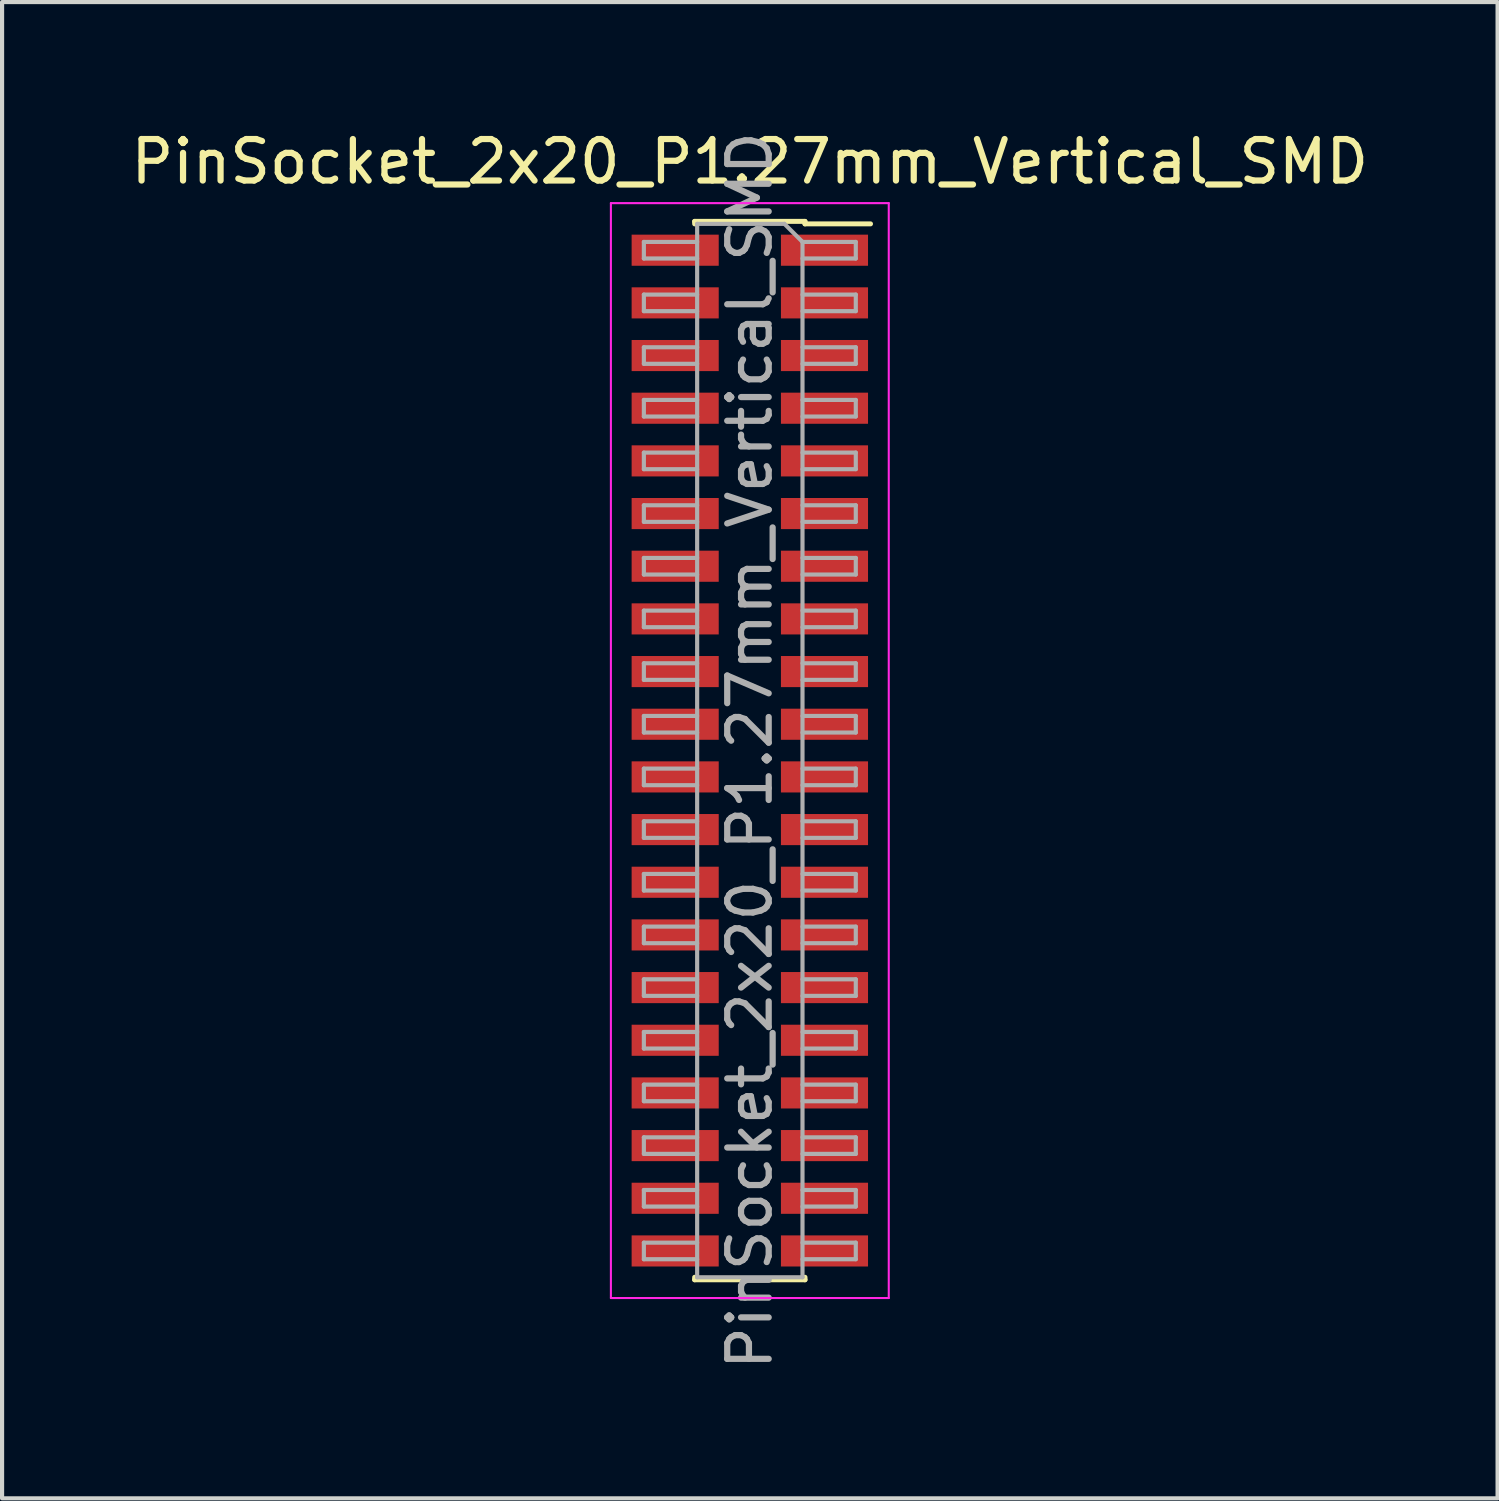
<source format=kicad_pcb>
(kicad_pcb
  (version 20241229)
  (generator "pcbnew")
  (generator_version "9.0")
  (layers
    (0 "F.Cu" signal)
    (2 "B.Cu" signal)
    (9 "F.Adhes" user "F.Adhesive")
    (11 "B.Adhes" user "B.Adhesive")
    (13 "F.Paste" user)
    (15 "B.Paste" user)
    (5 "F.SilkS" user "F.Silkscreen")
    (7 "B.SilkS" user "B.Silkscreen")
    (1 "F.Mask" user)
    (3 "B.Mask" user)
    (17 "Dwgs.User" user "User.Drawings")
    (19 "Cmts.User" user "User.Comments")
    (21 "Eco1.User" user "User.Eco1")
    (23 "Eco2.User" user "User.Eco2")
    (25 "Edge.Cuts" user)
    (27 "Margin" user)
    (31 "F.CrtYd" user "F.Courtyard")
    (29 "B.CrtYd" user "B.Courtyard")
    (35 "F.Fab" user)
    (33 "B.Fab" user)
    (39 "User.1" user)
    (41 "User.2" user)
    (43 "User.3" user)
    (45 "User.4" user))
  (footprint "PinSocket_2x20_P1.27mm_Vertical_SMD"
    (layer "F.Cu")
    (at 15.03 15.048)
    (property "Reference" "PinSocket_2x20_P1.27mm_Vertical_SMD" (at 0 -14.2 0) (layer "F.SilkS") (effects (font (size 1 1) (thickness 0.15))))
    (attr smd)
    (fp_line (start -1.33 -12.76) (end 1.33 -12.76) (stroke (width 0.12) (type solid)) (layer "F.SilkS"))
    (fp_line (start -1.33 -12.7) (end -1.33 -12.76) (stroke (width 0.12) (type solid)) (layer "F.SilkS"))
    (fp_line (start -1.33 12.76) (end -1.33 12.7) (stroke (width 0.12) (type solid)) (layer "F.SilkS"))
    (fp_line (start 1.33 -12.76) (end 1.33 -12.7) (stroke (width 0.12) (type solid)) (layer "F.SilkS"))
    (fp_line (start 1.33 -12.7) (end 2.91 -12.7) (stroke (width 0.12) (type solid)) (layer "F.SilkS"))
    (fp_line (start 1.33 12.7) (end 1.33 12.76) (stroke (width 0.12) (type solid)) (layer "F.SilkS"))
    (fp_line (start 1.33 12.76) (end -1.33 12.76) (stroke (width 0.12) (type solid)) (layer "F.SilkS"))
    (fp_line (start -3.35 -13.2) (end 3.35 -13.2) (stroke (width 0.05) (type solid)) (layer "F.CrtYd"))
    (fp_line (start -3.35 13.2) (end -3.35 -13.2) (stroke (width 0.05) (type solid)) (layer "F.CrtYd"))
    (fp_line (start 3.35 -13.2) (end 3.35 13.2) (stroke (width 0.05) (type solid)) (layer "F.CrtYd"))
    (fp_line (start 3.35 13.2) (end -3.35 13.2) (stroke (width 0.05) (type solid)) (layer "F.CrtYd"))
    (fp_line (start -2.555 -12.265) (end -1.27 -12.265) (stroke (width 0.1) (type solid)) (layer "F.Fab"))
    (fp_line (start -2.555 -11.865) (end -2.555 -12.265) (stroke (width 0.1) (type solid)) (layer "F.Fab"))
    (fp_line (start -2.555 -10.995) (end -1.27 -10.995) (stroke (width 0.1) (type solid)) (layer "F.Fab"))
    (fp_line (start -2.555 -10.595) (end -2.555 -10.995) (stroke (width 0.1) (type solid)) (layer "F.Fab"))
    (fp_line (start -2.555 -9.725) (end -1.27 -9.725) (stroke (width 0.1) (type solid)) (layer "F.Fab"))
    (fp_line (start -2.555 -9.325) (end -2.555 -9.725) (stroke (width 0.1) (type solid)) (layer "F.Fab"))
    (fp_line (start -2.555 -8.455) (end -1.27 -8.455) (stroke (width 0.1) (type solid)) (layer "F.Fab"))
    (fp_line (start -2.555 -8.055) (end -2.555 -8.455) (stroke (width 0.1) (type solid)) (layer "F.Fab"))
    (fp_line (start -2.555 -7.185) (end -1.27 -7.185) (stroke (width 0.1) (type solid)) (layer "F.Fab"))
    (fp_line (start -2.555 -6.785) (end -2.555 -7.185) (stroke (width 0.1) (type solid)) (layer "F.Fab"))
    (fp_line (start -2.555 -5.915) (end -1.27 -5.915) (stroke (width 0.1) (type solid)) (layer "F.Fab"))
    (fp_line (start -2.555 -5.515) (end -2.555 -5.915) (stroke (width 0.1) (type solid)) (layer "F.Fab"))
    (fp_line (start -2.555 -4.645) (end -1.27 -4.645) (stroke (width 0.1) (type solid)) (layer "F.Fab"))
    (fp_line (start -2.555 -4.245) (end -2.555 -4.645) (stroke (width 0.1) (type solid)) (layer "F.Fab"))
    (fp_line (start -2.555 -3.375) (end -1.27 -3.375) (stroke (width 0.1) (type solid)) (layer "F.Fab"))
    (fp_line (start -2.555 -2.975) (end -2.555 -3.375) (stroke (width 0.1) (type solid)) (layer "F.Fab"))
    (fp_line (start -2.555 -2.105) (end -1.27 -2.105) (stroke (width 0.1) (type solid)) (layer "F.Fab"))
    (fp_line (start -2.555 -1.705) (end -2.555 -2.105) (stroke (width 0.1) (type solid)) (layer "F.Fab"))
    (fp_line (start -2.555 -0.835) (end -1.27 -0.835) (stroke (width 0.1) (type solid)) (layer "F.Fab"))
    (fp_line (start -2.555 -0.435) (end -2.555 -0.835) (stroke (width 0.1) (type solid)) (layer "F.Fab"))
    (fp_line (start -2.555 0.435) (end -1.27 0.435) (stroke (width 0.1) (type solid)) (layer "F.Fab"))
    (fp_line (start -2.555 0.835) (end -2.555 0.435) (stroke (width 0.1) (type solid)) (layer "F.Fab"))
    (fp_line (start -2.555 1.705) (end -1.27 1.705) (stroke (width 0.1) (type solid)) (layer "F.Fab"))
    (fp_line (start -2.555 2.105) (end -2.555 1.705) (stroke (width 0.1) (type solid)) (layer "F.Fab"))
    (fp_line (start -2.555 2.975) (end -1.27 2.975) (stroke (width 0.1) (type solid)) (layer "F.Fab"))
    (fp_line (start -2.555 3.375) (end -2.555 2.975) (stroke (width 0.1) (type solid)) (layer "F.Fab"))
    (fp_line (start -2.555 4.245) (end -1.27 4.245) (stroke (width 0.1) (type solid)) (layer "F.Fab"))
    (fp_line (start -2.555 4.645) (end -2.555 4.245) (stroke (width 0.1) (type solid)) (layer "F.Fab"))
    (fp_line (start -2.555 5.515) (end -1.27 5.515) (stroke (width 0.1) (type solid)) (layer "F.Fab"))
    (fp_line (start -2.555 5.915) (end -2.555 5.515) (stroke (width 0.1) (type solid)) (layer "F.Fab"))
    (fp_line (start -2.555 6.785) (end -1.27 6.785) (stroke (width 0.1) (type solid)) (layer "F.Fab"))
    (fp_line (start -2.555 7.185) (end -2.555 6.785) (stroke (width 0.1) (type solid)) (layer "F.Fab"))
    (fp_line (start -2.555 8.055) (end -1.27 8.055) (stroke (width 0.1) (type solid)) (layer "F.Fab"))
    (fp_line (start -2.555 8.455) (end -2.555 8.055) (stroke (width 0.1) (type solid)) (layer "F.Fab"))
    (fp_line (start -2.555 9.325) (end -1.27 9.325) (stroke (width 0.1) (type solid)) (layer "F.Fab"))
    (fp_line (start -2.555 9.725) (end -2.555 9.325) (stroke (width 0.1) (type solid)) (layer "F.Fab"))
    (fp_line (start -2.555 10.595) (end -1.27 10.595) (stroke (width 0.1) (type solid)) (layer "F.Fab"))
    (fp_line (start -2.555 10.995) (end -2.555 10.595) (stroke (width 0.1) (type solid)) (layer "F.Fab"))
    (fp_line (start -2.555 11.865) (end -1.27 11.865) (stroke (width 0.1) (type solid)) (layer "F.Fab"))
    (fp_line (start -2.555 12.265) (end -2.555 11.865) (stroke (width 0.1) (type solid)) (layer "F.Fab"))
    (fp_line (start -1.27 -12.7) (end 0.835 -12.7) (stroke (width 0.1) (type solid)) (layer "F.Fab"))
    (fp_line (start -1.27 -11.865) (end -2.555 -11.865) (stroke (width 0.1) (type solid)) (layer "F.Fab"))
    (fp_line (start -1.27 -10.595) (end -2.555 -10.595) (stroke (width 0.1) (type solid)) (layer "F.Fab"))
    (fp_line (start -1.27 -9.325) (end -2.555 -9.325) (stroke (width 0.1) (type solid)) (layer "F.Fab"))
    (fp_line (start -1.27 -8.055) (end -2.555 -8.055) (stroke (width 0.1) (type solid)) (layer "F.Fab"))
    (fp_line (start -1.27 -6.785) (end -2.555 -6.785) (stroke (width 0.1) (type solid)) (layer "F.Fab"))
    (fp_line (start -1.27 -5.515) (end -2.555 -5.515) (stroke (width 0.1) (type solid)) (layer "F.Fab"))
    (fp_line (start -1.27 -4.245) (end -2.555 -4.245) (stroke (width 0.1) (type solid)) (layer "F.Fab"))
    (fp_line (start -1.27 -2.975) (end -2.555 -2.975) (stroke (width 0.1) (type solid)) (layer "F.Fab"))
    (fp_line (start -1.27 -1.705) (end -2.555 -1.705) (stroke (width 0.1) (type solid)) (layer "F.Fab"))
    (fp_line (start -1.27 -0.435) (end -2.555 -0.435) (stroke (width 0.1) (type solid)) (layer "F.Fab"))
    (fp_line (start -1.27 0.835) (end -2.555 0.835) (stroke (width 0.1) (type solid)) (layer "F.Fab"))
    (fp_line (start -1.27 2.105) (end -2.555 2.105) (stroke (width 0.1) (type solid)) (layer "F.Fab"))
    (fp_line (start -1.27 3.375) (end -2.555 3.375) (stroke (width 0.1) (type solid)) (layer "F.Fab"))
    (fp_line (start -1.27 4.645) (end -2.555 4.645) (stroke (width 0.1) (type solid)) (layer "F.Fab"))
    (fp_line (start -1.27 5.915) (end -2.555 5.915) (stroke (width 0.1) (type solid)) (layer "F.Fab"))
    (fp_line (start -1.27 7.185) (end -2.555 7.185) (stroke (width 0.1) (type solid)) (layer "F.Fab"))
    (fp_line (start -1.27 8.455) (end -2.555 8.455) (stroke (width 0.1) (type solid)) (layer "F.Fab"))
    (fp_line (start -1.27 9.725) (end -2.555 9.725) (stroke (width 0.1) (type solid)) (layer "F.Fab"))
    (fp_line (start -1.27 10.995) (end -2.555 10.995) (stroke (width 0.1) (type solid)) (layer "F.Fab"))
    (fp_line (start -1.27 12.265) (end -2.555 12.265) (stroke (width 0.1) (type solid)) (layer "F.Fab"))
    (fp_line (start -1.27 12.7) (end -1.27 -12.7) (stroke (width 0.1) (type solid)) (layer "F.Fab"))
    (fp_line (start 0.835 -12.7) (end 1.27 -12.265) (stroke (width 0.1) (type solid)) (layer "F.Fab"))
    (fp_line (start 1.27 -12.265) (end 1.27 12.7) (stroke (width 0.1) (type solid)) (layer "F.Fab"))
    (fp_line (start 1.27 -12.265) (end 2.555 -12.265) (stroke (width 0.1) (type solid)) (layer "F.Fab"))
    (fp_line (start 1.27 -10.995) (end 2.555 -10.995) (stroke (width 0.1) (type solid)) (layer "F.Fab"))
    (fp_line (start 1.27 -9.725) (end 2.555 -9.725) (stroke (width 0.1) (type solid)) (layer "F.Fab"))
    (fp_line (start 1.27 -8.455) (end 2.555 -8.455) (stroke (width 0.1) (type solid)) (layer "F.Fab"))
    (fp_line (start 1.27 -7.185) (end 2.555 -7.185) (stroke (width 0.1) (type solid)) (layer "F.Fab"))
    (fp_line (start 1.27 -5.915) (end 2.555 -5.915) (stroke (width 0.1) (type solid)) (layer "F.Fab"))
    (fp_line (start 1.27 -4.645) (end 2.555 -4.645) (stroke (width 0.1) (type solid)) (layer "F.Fab"))
    (fp_line (start 1.27 -3.375) (end 2.555 -3.375) (stroke (width 0.1) (type solid)) (layer "F.Fab"))
    (fp_line (start 1.27 -2.105) (end 2.555 -2.105) (stroke (width 0.1) (type solid)) (layer "F.Fab"))
    (fp_line (start 1.27 -0.835) (end 2.555 -0.835) (stroke (width 0.1) (type solid)) (layer "F.Fab"))
    (fp_line (start 1.27 0.435) (end 2.555 0.435) (stroke (width 0.1) (type solid)) (layer "F.Fab"))
    (fp_line (start 1.27 1.705) (end 2.555 1.705) (stroke (width 0.1) (type solid)) (layer "F.Fab"))
    (fp_line (start 1.27 2.975) (end 2.555 2.975) (stroke (width 0.1) (type solid)) (layer "F.Fab"))
    (fp_line (start 1.27 4.245) (end 2.555 4.245) (stroke (width 0.1) (type solid)) (layer "F.Fab"))
    (fp_line (start 1.27 5.515) (end 2.555 5.515) (stroke (width 0.1) (type solid)) (layer "F.Fab"))
    (fp_line (start 1.27 6.785) (end 2.555 6.785) (stroke (width 0.1) (type solid)) (layer "F.Fab"))
    (fp_line (start 1.27 8.055) (end 2.555 8.055) (stroke (width 0.1) (type solid)) (layer "F.Fab"))
    (fp_line (start 1.27 9.325) (end 2.555 9.325) (stroke (width 0.1) (type solid)) (layer "F.Fab"))
    (fp_line (start 1.27 10.595) (end 2.555 10.595) (stroke (width 0.1) (type solid)) (layer "F.Fab"))
    (fp_line (start 1.27 11.865) (end 2.555 11.865) (stroke (width 0.1) (type solid)) (layer "F.Fab"))
    (fp_line (start 1.27 12.7) (end -1.27 12.7) (stroke (width 0.1) (type solid)) (layer "F.Fab"))
    (fp_line (start 2.555 -12.265) (end 2.555 -11.865) (stroke (width 0.1) (type solid)) (layer "F.Fab"))
    (fp_line (start 2.555 -11.865) (end 1.27 -11.865) (stroke (width 0.1) (type solid)) (layer "F.Fab"))
    (fp_line (start 2.555 -10.995) (end 2.555 -10.595) (stroke (width 0.1) (type solid)) (layer "F.Fab"))
    (fp_line (start 2.555 -10.595) (end 1.27 -10.595) (stroke (width 0.1) (type solid)) (layer "F.Fab"))
    (fp_line (start 2.555 -9.725) (end 2.555 -9.325) (stroke (width 0.1) (type solid)) (layer "F.Fab"))
    (fp_line (start 2.555 -9.325) (end 1.27 -9.325) (stroke (width 0.1) (type solid)) (layer "F.Fab"))
    (fp_line (start 2.555 -8.455) (end 2.555 -8.055) (stroke (width 0.1) (type solid)) (layer "F.Fab"))
    (fp_line (start 2.555 -8.055) (end 1.27 -8.055) (stroke (width 0.1) (type solid)) (layer "F.Fab"))
    (fp_line (start 2.555 -7.185) (end 2.555 -6.785) (stroke (width 0.1) (type solid)) (layer "F.Fab"))
    (fp_line (start 2.555 -6.785) (end 1.27 -6.785) (stroke (width 0.1) (type solid)) (layer "F.Fab"))
    (fp_line (start 2.555 -5.915) (end 2.555 -5.515) (stroke (width 0.1) (type solid)) (layer "F.Fab"))
    (fp_line (start 2.555 -5.515) (end 1.27 -5.515) (stroke (width 0.1) (type solid)) (layer "F.Fab"))
    (fp_line (start 2.555 -4.645) (end 2.555 -4.245) (stroke (width 0.1) (type solid)) (layer "F.Fab"))
    (fp_line (start 2.555 -4.245) (end 1.27 -4.245) (stroke (width 0.1) (type solid)) (layer "F.Fab"))
    (fp_line (start 2.555 -3.375) (end 2.555 -2.975) (stroke (width 0.1) (type solid)) (layer "F.Fab"))
    (fp_line (start 2.555 -2.975) (end 1.27 -2.975) (stroke (width 0.1) (type solid)) (layer "F.Fab"))
    (fp_line (start 2.555 -2.105) (end 2.555 -1.705) (stroke (width 0.1) (type solid)) (layer "F.Fab"))
    (fp_line (start 2.555 -1.705) (end 1.27 -1.705) (stroke (width 0.1) (type solid)) (layer "F.Fab"))
    (fp_line (start 2.555 -0.835) (end 2.555 -0.435) (stroke (width 0.1) (type solid)) (layer "F.Fab"))
    (fp_line (start 2.555 -0.435) (end 1.27 -0.435) (stroke (width 0.1) (type solid)) (layer "F.Fab"))
    (fp_line (start 2.555 0.435) (end 2.555 0.835) (stroke (width 0.1) (type solid)) (layer "F.Fab"))
    (fp_line (start 2.555 0.835) (end 1.27 0.835) (stroke (width 0.1) (type solid)) (layer "F.Fab"))
    (fp_line (start 2.555 1.705) (end 2.555 2.105) (stroke (width 0.1) (type solid)) (layer "F.Fab"))
    (fp_line (start 2.555 2.105) (end 1.27 2.105) (stroke (width 0.1) (type solid)) (layer "F.Fab"))
    (fp_line (start 2.555 2.975) (end 2.555 3.375) (stroke (width 0.1) (type solid)) (layer "F.Fab"))
    (fp_line (start 2.555 3.375) (end 1.27 3.375) (stroke (width 0.1) (type solid)) (layer "F.Fab"))
    (fp_line (start 2.555 4.245) (end 2.555 4.645) (stroke (width 0.1) (type solid)) (layer "F.Fab"))
    (fp_line (start 2.555 4.645) (end 1.27 4.645) (stroke (width 0.1) (type solid)) (layer "F.Fab"))
    (fp_line (start 2.555 5.515) (end 2.555 5.915) (stroke (width 0.1) (type solid)) (layer "F.Fab"))
    (fp_line (start 2.555 5.915) (end 1.27 5.915) (stroke (width 0.1) (type solid)) (layer "F.Fab"))
    (fp_line (start 2.555 6.785) (end 2.555 7.185) (stroke (width 0.1) (type solid)) (layer "F.Fab"))
    (fp_line (start 2.555 7.185) (end 1.27 7.185) (stroke (width 0.1) (type solid)) (layer "F.Fab"))
    (fp_line (start 2.555 8.055) (end 2.555 8.455) (stroke (width 0.1) (type solid)) (layer "F.Fab"))
    (fp_line (start 2.555 8.455) (end 1.27 8.455) (stroke (width 0.1) (type solid)) (layer "F.Fab"))
    (fp_line (start 2.555 9.325) (end 2.555 9.725) (stroke (width 0.1) (type solid)) (layer "F.Fab"))
    (fp_line (start 2.555 9.725) (end 1.27 9.725) (stroke (width 0.1) (type solid)) (layer "F.Fab"))
    (fp_line (start 2.555 10.595) (end 2.555 10.995) (stroke (width 0.1) (type solid)) (layer "F.Fab"))
    (fp_line (start 2.555 10.995) (end 1.27 10.995) (stroke (width 0.1) (type solid)) (layer "F.Fab"))
    (fp_line (start 2.555 11.865) (end 2.555 12.265) (stroke (width 0.1) (type solid)) (layer "F.Fab"))
    (fp_line (start 2.555 12.265) (end 1.27 12.265) (stroke (width 0.1) (type solid)) (layer "F.Fab"))
    (fp_text user "${REFERENCE}" (at 0 0 90) (layer "F.Fab") (effects (font (size 1 1) (thickness 0.15))))
    (pad "1" smd rect (at 1.8 -12.065) (size 2.1 0.75) (layers "F.Cu" "F.Mask" "F.Paste"))
    (pad "2" smd rect (at -1.8 -12.065) (size 2.1 0.75) (layers "F.Cu" "F.Mask" "F.Paste"))
    (pad "3" smd rect (at 1.8 -10.795) (size 2.1 0.75) (layers "F.Cu" "F.Mask" "F.Paste"))
    (pad "4" smd rect (at -1.8 -10.795) (size 2.1 0.75) (layers "F.Cu" "F.Mask" "F.Paste"))
    (pad "5" smd rect (at 1.8 -9.525) (size 2.1 0.75) (layers "F.Cu" "F.Mask" "F.Paste"))
    (pad "6" smd rect (at -1.8 -9.525) (size 2.1 0.75) (layers "F.Cu" "F.Mask" "F.Paste"))
    (pad "7" smd rect (at 1.8 -8.255) (size 2.1 0.75) (layers "F.Cu" "F.Mask" "F.Paste"))
    (pad "8" smd rect (at -1.8 -8.255) (size 2.1 0.75) (layers "F.Cu" "F.Mask" "F.Paste"))
    (pad "9" smd rect (at 1.8 -6.985) (size 2.1 0.75) (layers "F.Cu" "F.Mask" "F.Paste"))
    (pad "10" smd rect (at -1.8 -6.985) (size 2.1 0.75) (layers "F.Cu" "F.Mask" "F.Paste"))
    (pad "11" smd rect (at 1.8 -5.715) (size 2.1 0.75) (layers "F.Cu" "F.Mask" "F.Paste"))
    (pad "12" smd rect (at -1.8 -5.715) (size 2.1 0.75) (layers "F.Cu" "F.Mask" "F.Paste"))
    (pad "13" smd rect (at 1.8 -4.445) (size 2.1 0.75) (layers "F.Cu" "F.Mask" "F.Paste"))
    (pad "14" smd rect (at -1.8 -4.445) (size 2.1 0.75) (layers "F.Cu" "F.Mask" "F.Paste"))
    (pad "15" smd rect (at 1.8 -3.175) (size 2.1 0.75) (layers "F.Cu" "F.Mask" "F.Paste"))
    (pad "16" smd rect (at -1.8 -3.175) (size 2.1 0.75) (layers "F.Cu" "F.Mask" "F.Paste"))
    (pad "17" smd rect (at 1.8 -1.905) (size 2.1 0.75) (layers "F.Cu" "F.Mask" "F.Paste"))
    (pad "18" smd rect (at -1.8 -1.905) (size 2.1 0.75) (layers "F.Cu" "F.Mask" "F.Paste"))
    (pad "19" smd rect (at 1.8 -0.635) (size 2.1 0.75) (layers "F.Cu" "F.Mask" "F.Paste"))
    (pad "20" smd rect (at -1.8 -0.635) (size 2.1 0.75) (layers "F.Cu" "F.Mask" "F.Paste"))
    (pad "21" smd rect (at 1.8 0.635) (size 2.1 0.75) (layers "F.Cu" "F.Mask" "F.Paste"))
    (pad "22" smd rect (at -1.8 0.635) (size 2.1 0.75) (layers "F.Cu" "F.Mask" "F.Paste"))
    (pad "23" smd rect (at 1.8 1.905) (size 2.1 0.75) (layers "F.Cu" "F.Mask" "F.Paste"))
    (pad "24" smd rect (at -1.8 1.905) (size 2.1 0.75) (layers "F.Cu" "F.Mask" "F.Paste"))
    (pad "25" smd rect (at 1.8 3.175) (size 2.1 0.75) (layers "F.Cu" "F.Mask" "F.Paste"))
    (pad "26" smd rect (at -1.8 3.175) (size 2.1 0.75) (layers "F.Cu" "F.Mask" "F.Paste"))
    (pad "27" smd rect (at 1.8 4.445) (size 2.1 0.75) (layers "F.Cu" "F.Mask" "F.Paste"))
    (pad "28" smd rect (at -1.8 4.445) (size 2.1 0.75) (layers "F.Cu" "F.Mask" "F.Paste"))
    (pad "29" smd rect (at 1.8 5.715) (size 2.1 0.75) (layers "F.Cu" "F.Mask" "F.Paste"))
    (pad "30" smd rect (at -1.8 5.715) (size 2.1 0.75) (layers "F.Cu" "F.Mask" "F.Paste"))
    (pad "31" smd rect (at 1.8 6.985) (size 2.1 0.75) (layers "F.Cu" "F.Mask" "F.Paste"))
    (pad "32" smd rect (at -1.8 6.985) (size 2.1 0.75) (layers "F.Cu" "F.Mask" "F.Paste"))
    (pad "33" smd rect (at 1.8 8.255) (size 2.1 0.75) (layers "F.Cu" "F.Mask" "F.Paste"))
    (pad "34" smd rect (at -1.8 8.255) (size 2.1 0.75) (layers "F.Cu" "F.Mask" "F.Paste"))
    (pad "35" smd rect (at 1.8 9.525) (size 2.1 0.75) (layers "F.Cu" "F.Mask" "F.Paste"))
    (pad "36" smd rect (at -1.8 9.525) (size 2.1 0.75) (layers "F.Cu" "F.Mask" "F.Paste"))
    (pad "37" smd rect (at 1.8 10.795) (size 2.1 0.75) (layers "F.Cu" "F.Mask" "F.Paste"))
    (pad "38" smd rect (at -1.8 10.795) (size 2.1 0.75) (layers "F.Cu" "F.Mask" "F.Paste"))
    (pad "39" smd rect (at 1.8 12.065) (size 2.1 0.75) (layers "F.Cu" "F.Mask" "F.Paste"))
    (pad "40" smd rect (at -1.8 12.065) (size 2.1 0.75) (layers "F.Cu" "F.Mask" "F.Paste")))
  (gr_rect
    (start -3 -3)
    (end 33.06 33.078)
    (stroke (width 0.1) (type default))
    (fill no)
    (layer "Edge.Cuts")))
</source>
